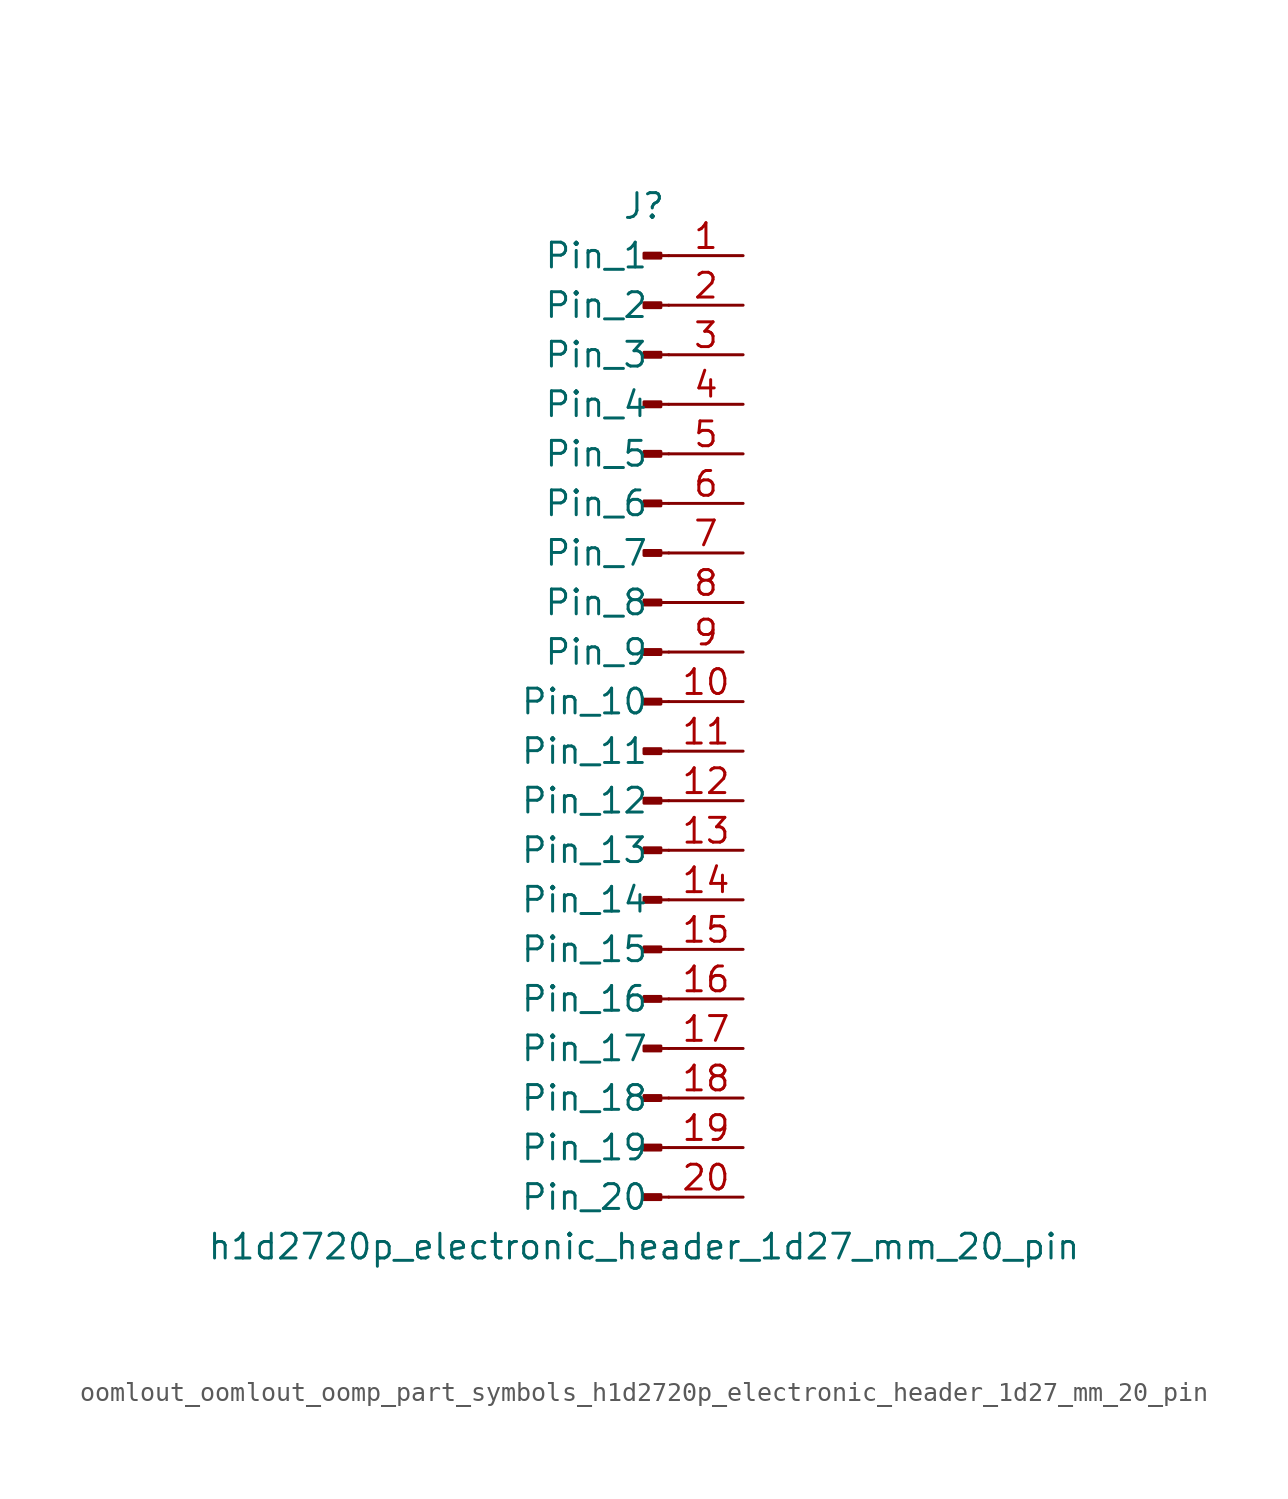
<source format=kicad_sym>
(kicad_symbol_lib
  (version 20220914)
  (generator kicad_symbol_editor)
  (symbol "oomlout_oomlout_oomp_part_symbols_h1d2720p_electronic_header_1d27_mm_20_pin"
    (pin_names
      (offset 1.016))
    (property "Reference" "J"
      (at 0 25.4 0)
      (effects (font (size 1.27 1.27))))
    (property "Value" "h1d2720p_electronic_header_1d27_mm_20_pin"
      (at 0 -27.94 0)
      (effects (font (size 1.27 1.27))))
    (property "ki_locked" ""
      (at 0 0 0)
      (effects (font (size 1.27 1.27))))
    (symbol "oomlout_oomlout_oomp_part_symbols_h1d2720p_electronic_header_1d27_mm_20_pin_1_1"
      (polyline (pts (xy 1.27 -25.4) (xy 0.864 -25.4)) (stroke (width 0.152) (type default)) (fill (type none)))
      (polyline (pts (xy 1.27 -22.86) (xy 0.864 -22.86)) (stroke (width 0.152) (type default)) (fill (type none)))
      (polyline (pts (xy 1.27 -20.32) (xy 0.864 -20.32)) (stroke (width 0.152) (type default)) (fill (type none)))
      (polyline (pts (xy 1.27 -17.78) (xy 0.864 -17.78)) (stroke (width 0.152) (type default)) (fill (type none)))
      (polyline (pts (xy 1.27 -15.24) (xy 0.864 -15.24)) (stroke (width 0.152) (type default)) (fill (type none)))
      (polyline (pts (xy 1.27 -12.7) (xy 0.864 -12.7)) (stroke (width 0.152) (type default)) (fill (type none)))
      (polyline (pts (xy 1.27 -10.16) (xy 0.864 -10.16)) (stroke (width 0.152) (type default)) (fill (type none)))
      (polyline (pts (xy 1.27 -7.62) (xy 0.864 -7.62)) (stroke (width 0.152) (type default)) (fill (type none)))
      (polyline (pts (xy 1.27 -5.08) (xy 0.864 -5.08)) (stroke (width 0.152) (type default)) (fill (type none)))
      (polyline (pts (xy 1.27 -2.54) (xy 0.864 -2.54)) (stroke (width 0.152) (type default)) (fill (type none)))
      (polyline (pts (xy 1.27 0) (xy 0.864 0)) (stroke (width 0.152) (type default)) (fill (type none)))
      (polyline (pts (xy 1.27 2.54) (xy 0.864 2.54)) (stroke (width 0.152) (type default)) (fill (type none)))
      (polyline (pts (xy 1.27 5.08) (xy 0.864 5.08)) (stroke (width 0.152) (type default)) (fill (type none)))
      (polyline (pts (xy 1.27 7.62) (xy 0.864 7.62)) (stroke (width 0.152) (type default)) (fill (type none)))
      (polyline (pts (xy 1.27 10.16) (xy 0.864 10.16)) (stroke (width 0.152) (type default)) (fill (type none)))
      (polyline (pts (xy 1.27 12.7) (xy 0.864 12.7)) (stroke (width 0.152) (type default)) (fill (type none)))
      (polyline (pts (xy 1.27 15.24) (xy 0.864 15.24)) (stroke (width 0.152) (type default)) (fill (type none)))
      (polyline (pts (xy 1.27 17.78) (xy 0.864 17.78)) (stroke (width 0.152) (type default)) (fill (type none)))
      (polyline (pts (xy 1.27 20.32) (xy 0.864 20.32)) (stroke (width 0.152) (type default)) (fill (type none)))
      (polyline (pts (xy 1.27 22.86) (xy 0.864 22.86)) (stroke (width 0.152) (type default)) (fill (type none)))
      (rectangle (start 0.864 -25.273) (end 0 -25.527) (stroke (width 0.152) (type default)) (fill (type outline)))
      (rectangle (start 0.864 -22.733) (end 0 -22.987) (stroke (width 0.152) (type default)) (fill (type outline)))
      (rectangle (start 0.864 -20.193) (end 0 -20.447) (stroke (width 0.152) (type default)) (fill (type outline)))
      (rectangle (start 0.864 -17.653) (end 0 -17.907) (stroke (width 0.152) (type default)) (fill (type outline)))
      (rectangle (start 0.864 -15.113) (end 0 -15.367) (stroke (width 0.152) (type default)) (fill (type outline)))
      (rectangle (start 0.864 -12.573) (end 0 -12.827) (stroke (width 0.152) (type default)) (fill (type outline)))
      (rectangle (start 0.864 -10.033) (end 0 -10.287) (stroke (width 0.152) (type default)) (fill (type outline)))
      (rectangle (start 0.864 -7.493) (end 0 -7.747) (stroke (width 0.152) (type default)) (fill (type outline)))
      (rectangle (start 0.864 -4.953) (end 0 -5.207) (stroke (width 0.152) (type default)) (fill (type outline)))
      (rectangle (start 0.864 -2.413) (end 0 -2.667) (stroke (width 0.152) (type default)) (fill (type outline)))
      (rectangle (start 0.864 0.127) (end 0 -0.127) (stroke (width 0.152) (type default)) (fill (type outline)))
      (rectangle (start 0.864 2.667) (end 0 2.413) (stroke (width 0.152) (type default)) (fill (type outline)))
      (rectangle (start 0.864 5.207) (end 0 4.953) (stroke (width 0.152) (type default)) (fill (type outline)))
      (rectangle (start 0.864 7.747) (end 0 7.493) (stroke (width 0.152) (type default)) (fill (type outline)))
      (rectangle (start 0.864 10.287) (end 0 10.033) (stroke (width 0.152) (type default)) (fill (type outline)))
      (rectangle (start 0.864 12.827) (end 0 12.573) (stroke (width 0.152) (type default)) (fill (type outline)))
      (rectangle (start 0.864 15.367) (end 0 15.113) (stroke (width 0.152) (type default)) (fill (type outline)))
      (rectangle (start 0.864 17.907) (end 0 17.653) (stroke (width 0.152) (type default)) (fill (type outline)))
      (rectangle (start 0.864 20.447) (end 0 20.193) (stroke (width 0.152) (type default)) (fill (type outline)))
      (rectangle (start 0.864 22.987) (end 0 22.733) (stroke (width 0.152) (type default)) (fill (type outline)))
      (pin passive line (at 5.08 22.86 180) (length 3.81) (name "Pin_1" (effects (font (size 1.27 1.27)))) (number "1" (effects (font (size 1.27 1.27)))))
      (pin passive line (at 5.08 0 180) (length 3.81) (name "Pin_10" (effects (font (size 1.27 1.27)))) (number "10" (effects (font (size 1.27 1.27)))))
      (pin passive line (at 5.08 -2.54 180) (length 3.81) (name "Pin_11" (effects (font (size 1.27 1.27)))) (number "11" (effects (font (size 1.27 1.27)))))
      (pin passive line (at 5.08 -5.08 180) (length 3.81) (name "Pin_12" (effects (font (size 1.27 1.27)))) (number "12" (effects (font (size 1.27 1.27)))))
      (pin passive line (at 5.08 -7.62 180) (length 3.81) (name "Pin_13" (effects (font (size 1.27 1.27)))) (number "13" (effects (font (size 1.27 1.27)))))
      (pin passive line (at 5.08 -10.16 180) (length 3.81) (name "Pin_14" (effects (font (size 1.27 1.27)))) (number "14" (effects (font (size 1.27 1.27)))))
      (pin passive line (at 5.08 -12.7 180) (length 3.81) (name "Pin_15" (effects (font (size 1.27 1.27)))) (number "15" (effects (font (size 1.27 1.27)))))
      (pin passive line (at 5.08 -15.24 180) (length 3.81) (name "Pin_16" (effects (font (size 1.27 1.27)))) (number "16" (effects (font (size 1.27 1.27)))))
      (pin passive line (at 5.08 -17.78 180) (length 3.81) (name "Pin_17" (effects (font (size 1.27 1.27)))) (number "17" (effects (font (size 1.27 1.27)))))
      (pin passive line (at 5.08 -20.32 180) (length 3.81) (name "Pin_18" (effects (font (size 1.27 1.27)))) (number "18" (effects (font (size 1.27 1.27)))))
      (pin passive line (at 5.08 -22.86 180) (length 3.81) (name "Pin_19" (effects (font (size 1.27 1.27)))) (number "19" (effects (font (size 1.27 1.27)))))
      (pin passive line (at 5.08 20.32 180) (length 3.81) (name "Pin_2" (effects (font (size 1.27 1.27)))) (number "2" (effects (font (size 1.27 1.27)))))
      (pin passive line (at 5.08 -25.4 180) (length 3.81) (name "Pin_20" (effects (font (size 1.27 1.27)))) (number "20" (effects (font (size 1.27 1.27)))))
      (pin passive line (at 5.08 17.78 180) (length 3.81) (name "Pin_3" (effects (font (size 1.27 1.27)))) (number "3" (effects (font (size 1.27 1.27)))))
      (pin passive line (at 5.08 15.24 180) (length 3.81) (name "Pin_4" (effects (font (size 1.27 1.27)))) (number "4" (effects (font (size 1.27 1.27)))))
      (pin passive line (at 5.08 12.7 180) (length 3.81) (name "Pin_5" (effects (font (size 1.27 1.27)))) (number "5" (effects (font (size 1.27 1.27)))))
      (pin passive line (at 5.08 10.16 180) (length 3.81) (name "Pin_6" (effects (font (size 1.27 1.27)))) (number "6" (effects (font (size 1.27 1.27)))))
      (pin passive line (at 5.08 7.62 180) (length 3.81) (name "Pin_7" (effects (font (size 1.27 1.27)))) (number "7" (effects (font (size 1.27 1.27)))))
      (pin passive line (at 5.08 5.08 180) (length 3.81) (name "Pin_8" (effects (font (size 1.27 1.27)))) (number "8" (effects (font (size 1.27 1.27)))))
      (pin passive line (at 5.08 2.54 180) (length 3.81) (name "Pin_9" (effects (font (size 1.27 1.27)))) (number "9" (effects (font (size 1.27 1.27))))))))
</source>
